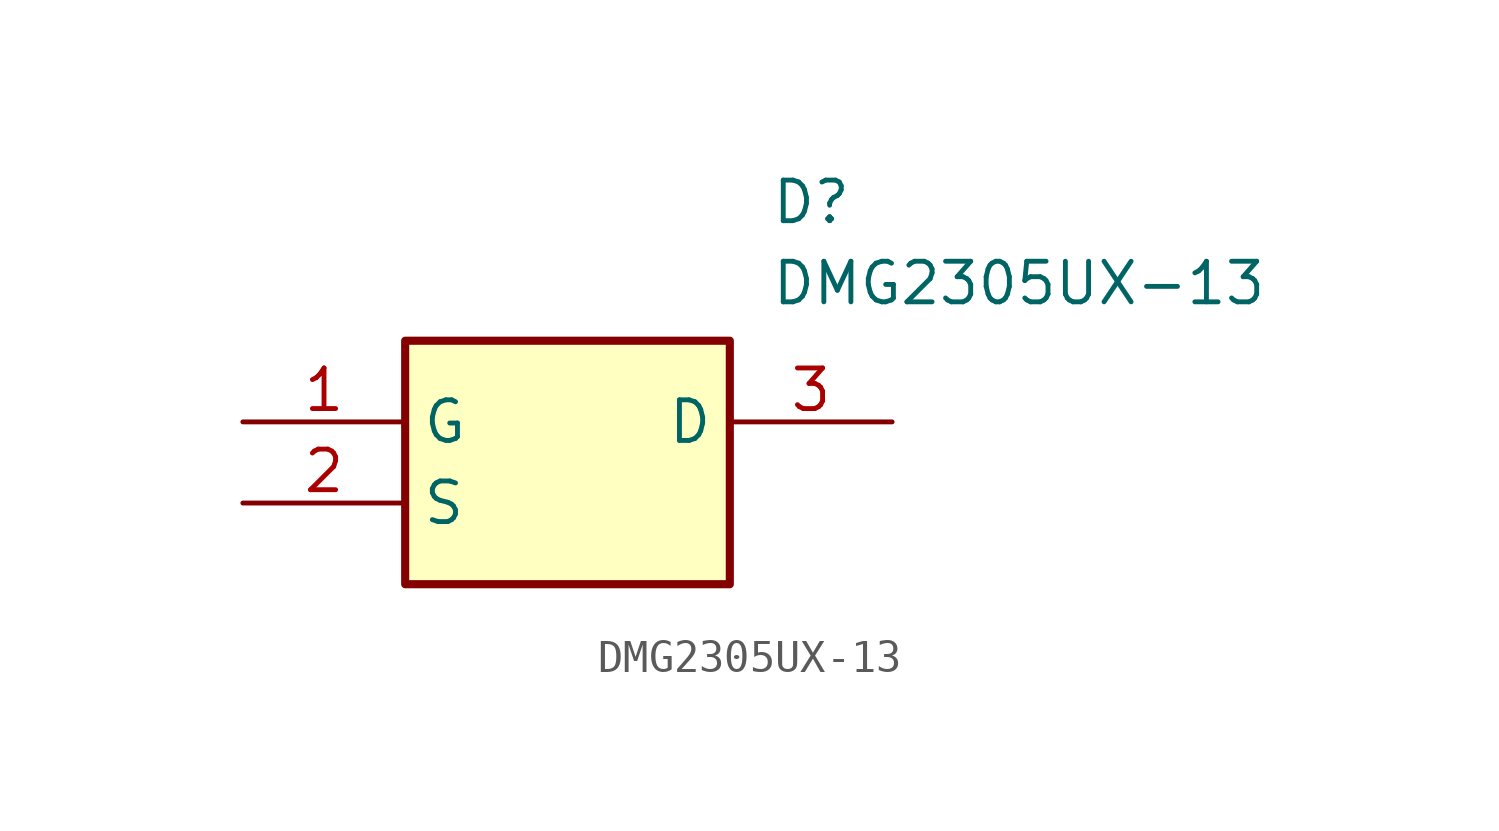
<source format=kicad_sym>
(kicad_symbol_lib
  (version 20211014)
  (generator SamacSys_ECAD_Model)
  (symbol "DMG2305UX-13"
    (property "Reference" "D"
      (at 16.51 7.62 0)
      (effects (font (size 1.27 1.27)) (justify left top)))
    (property "Value" "DMG2305UX-13"
      (at 16.51 5.08 0)
      (effects (font (size 1.27 1.27)) (justify left top)))
    (rectangle
      (start 5.08 2.54)
      (end 15.24 -5.08)
      (stroke (width 0.254) (type default))
      (fill (type background)))
    (pin passive line
      (at 0 0 0)
      (length 5.08)
      (name "G" (effects (font (size 1.27 1.27))))
      (number "1" (effects (font (size 1.27 1.27)))))
    (pin passive line
      (at 0 -2.54 0)
      (length 5.08)
      (name "S" (effects (font (size 1.27 1.27))))
      (number "2" (effects (font (size 1.27 1.27)))))
    (pin passive line
      (at 20.32 0 180)
      (length 5.08)
      (name "D" (effects (font (size 1.27 1.27))))
      (number "3" (effects (font (size 1.27 1.27)))))))
</source>
